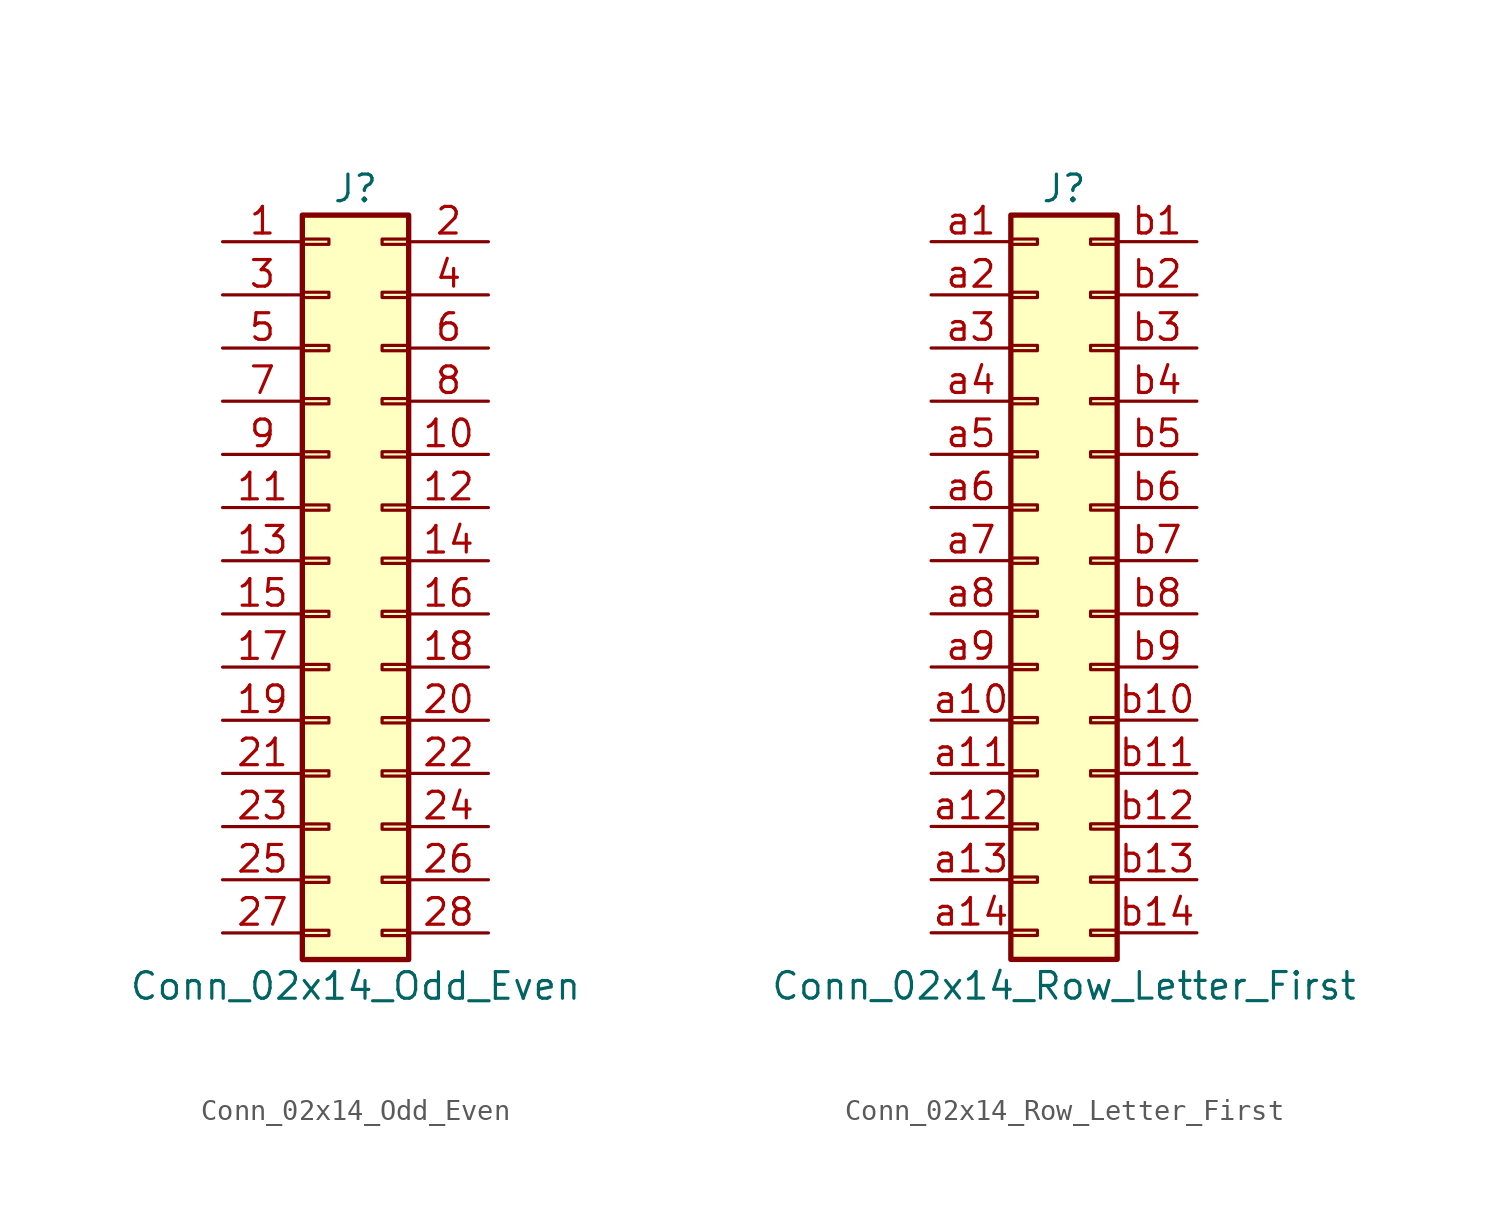
<source format=kicad_sym>
(kicad_symbol_lib
  (version 20201005)
  (generator kicad_symbol_editor)
  (symbol "Conn_02x14_Odd_Even"
    (pin_names
      (offset 1.016) hide)
    (property "Reference" "J"
      (at 1.27 17.78 0)
      (effects (font (size 1.27 1.27))))
    (property "Value" "Conn_02x14_Odd_Even"
      (at 1.27 -20.32 0)
      (effects (font (size 1.27 1.27))))
    (symbol "Conn_02x14_Odd_Even_1_1"
      (rectangle (start -1.27 -17.653) (end 0 -17.907) (stroke (width 0.152)) (fill (type none)))
      (rectangle (start -1.27 -15.113) (end 0 -15.367) (stroke (width 0.152)) (fill (type none)))
      (rectangle (start -1.27 -12.573) (end 0 -12.827) (stroke (width 0.152)) (fill (type none)))
      (rectangle (start -1.27 -10.033) (end 0 -10.287) (stroke (width 0.152)) (fill (type none)))
      (rectangle (start -1.27 -7.493) (end 0 -7.747) (stroke (width 0.152)) (fill (type none)))
      (rectangle (start -1.27 -4.953) (end 0 -5.207) (stroke (width 0.152)) (fill (type none)))
      (rectangle (start -1.27 -2.413) (end 0 -2.667) (stroke (width 0.152)) (fill (type none)))
      (rectangle (start -1.27 0.127) (end 0 -0.127) (stroke (width 0.152)) (fill (type none)))
      (rectangle (start -1.27 2.667) (end 0 2.413) (stroke (width 0.152)) (fill (type none)))
      (rectangle (start -1.27 5.207) (end 0 4.953) (stroke (width 0.152)) (fill (type none)))
      (rectangle (start -1.27 7.747) (end 0 7.493) (stroke (width 0.152)) (fill (type none)))
      (rectangle (start -1.27 10.287) (end 0 10.033) (stroke (width 0.152)) (fill (type none)))
      (rectangle (start -1.27 12.827) (end 0 12.573) (stroke (width 0.152)) (fill (type none)))
      (rectangle (start -1.27 15.367) (end 0 15.113) (stroke (width 0.152)) (fill (type none)))
      (rectangle (start -1.27 16.51) (end 3.81 -19.05) (stroke (width 0.254)) (fill (type background)))
      (rectangle (start 3.81 -17.653) (end 2.54 -17.907) (stroke (width 0.152)) (fill (type none)))
      (rectangle (start 3.81 -15.113) (end 2.54 -15.367) (stroke (width 0.152)) (fill (type none)))
      (rectangle (start 3.81 -12.573) (end 2.54 -12.827) (stroke (width 0.152)) (fill (type none)))
      (rectangle (start 3.81 -10.033) (end 2.54 -10.287) (stroke (width 0.152)) (fill (type none)))
      (rectangle (start 3.81 -7.493) (end 2.54 -7.747) (stroke (width 0.152)) (fill (type none)))
      (rectangle (start 3.81 -4.953) (end 2.54 -5.207) (stroke (width 0.152)) (fill (type none)))
      (rectangle (start 3.81 -2.413) (end 2.54 -2.667) (stroke (width 0.152)) (fill (type none)))
      (rectangle (start 3.81 0.127) (end 2.54 -0.127) (stroke (width 0.152)) (fill (type none)))
      (rectangle (start 3.81 2.667) (end 2.54 2.413) (stroke (width 0.152)) (fill (type none)))
      (rectangle (start 3.81 5.207) (end 2.54 4.953) (stroke (width 0.152)) (fill (type none)))
      (rectangle (start 3.81 7.747) (end 2.54 7.493) (stroke (width 0.152)) (fill (type none)))
      (rectangle (start 3.81 10.287) (end 2.54 10.033) (stroke (width 0.152)) (fill (type none)))
      (rectangle (start 3.81 12.827) (end 2.54 12.573) (stroke (width 0.152)) (fill (type none)))
      (rectangle (start 3.81 15.367) (end 2.54 15.113) (stroke (width 0.152)) (fill (type none)))
      (pin passive line (at -5.08 15.24 0) (length 3.81) (name "Pin_1" (effects (font (size 1.27 1.27)))) (number "1" (effects (font (size 1.27 1.27)))))
      (pin passive line (at 7.62 5.08 180) (length 3.81) (name "Pin_10" (effects (font (size 1.27 1.27)))) (number "10" (effects (font (size 1.27 1.27)))))
      (pin passive line (at -5.08 2.54 0) (length 3.81) (name "Pin_11" (effects (font (size 1.27 1.27)))) (number "11" (effects (font (size 1.27 1.27)))))
      (pin passive line (at 7.62 2.54 180) (length 3.81) (name "Pin_12" (effects (font (size 1.27 1.27)))) (number "12" (effects (font (size 1.27 1.27)))))
      (pin passive line (at -5.08 0 0) (length 3.81) (name "Pin_13" (effects (font (size 1.27 1.27)))) (number "13" (effects (font (size 1.27 1.27)))))
      (pin passive line (at 7.62 0 180) (length 3.81) (name "Pin_14" (effects (font (size 1.27 1.27)))) (number "14" (effects (font (size 1.27 1.27)))))
      (pin passive line (at -5.08 -2.54 0) (length 3.81) (name "Pin_15" (effects (font (size 1.27 1.27)))) (number "15" (effects (font (size 1.27 1.27)))))
      (pin passive line (at 7.62 -2.54 180) (length 3.81) (name "Pin_16" (effects (font (size 1.27 1.27)))) (number "16" (effects (font (size 1.27 1.27)))))
      (pin passive line (at -5.08 -5.08 0) (length 3.81) (name "Pin_17" (effects (font (size 1.27 1.27)))) (number "17" (effects (font (size 1.27 1.27)))))
      (pin passive line (at 7.62 -5.08 180) (length 3.81) (name "Pin_18" (effects (font (size 1.27 1.27)))) (number "18" (effects (font (size 1.27 1.27)))))
      (pin passive line (at -5.08 -7.62 0) (length 3.81) (name "Pin_19" (effects (font (size 1.27 1.27)))) (number "19" (effects (font (size 1.27 1.27)))))
      (pin passive line (at 7.62 15.24 180) (length 3.81) (name "Pin_2" (effects (font (size 1.27 1.27)))) (number "2" (effects (font (size 1.27 1.27)))))
      (pin passive line (at 7.62 -7.62 180) (length 3.81) (name "Pin_20" (effects (font (size 1.27 1.27)))) (number "20" (effects (font (size 1.27 1.27)))))
      (pin passive line (at -5.08 -10.16 0) (length 3.81) (name "Pin_21" (effects (font (size 1.27 1.27)))) (number "21" (effects (font (size 1.27 1.27)))))
      (pin passive line (at 7.62 -10.16 180) (length 3.81) (name "Pin_22" (effects (font (size 1.27 1.27)))) (number "22" (effects (font (size 1.27 1.27)))))
      (pin passive line (at -5.08 -12.7 0) (length 3.81) (name "Pin_23" (effects (font (size 1.27 1.27)))) (number "23" (effects (font (size 1.27 1.27)))))
      (pin passive line (at 7.62 -12.7 180) (length 3.81) (name "Pin_24" (effects (font (size 1.27 1.27)))) (number "24" (effects (font (size 1.27 1.27)))))
      (pin passive line (at -5.08 -15.24 0) (length 3.81) (name "Pin_25" (effects (font (size 1.27 1.27)))) (number "25" (effects (font (size 1.27 1.27)))))
      (pin passive line (at 7.62 -15.24 180) (length 3.81) (name "Pin_26" (effects (font (size 1.27 1.27)))) (number "26" (effects (font (size 1.27 1.27)))))
      (pin passive line (at -5.08 -17.78 0) (length 3.81) (name "Pin_27" (effects (font (size 1.27 1.27)))) (number "27" (effects (font (size 1.27 1.27)))))
      (pin passive line (at 7.62 -17.78 180) (length 3.81) (name "Pin_28" (effects (font (size 1.27 1.27)))) (number "28" (effects (font (size 1.27 1.27)))))
      (pin passive line (at -5.08 12.7 0) (length 3.81) (name "Pin_3" (effects (font (size 1.27 1.27)))) (number "3" (effects (font (size 1.27 1.27)))))
      (pin passive line (at 7.62 12.7 180) (length 3.81) (name "Pin_4" (effects (font (size 1.27 1.27)))) (number "4" (effects (font (size 1.27 1.27)))))
      (pin passive line (at -5.08 10.16 0) (length 3.81) (name "Pin_5" (effects (font (size 1.27 1.27)))) (number "5" (effects (font (size 1.27 1.27)))))
      (pin passive line (at 7.62 10.16 180) (length 3.81) (name "Pin_6" (effects (font (size 1.27 1.27)))) (number "6" (effects (font (size 1.27 1.27)))))
      (pin passive line (at -5.08 7.62 0) (length 3.81) (name "Pin_7" (effects (font (size 1.27 1.27)))) (number "7" (effects (font (size 1.27 1.27)))))
      (pin passive line (at 7.62 7.62 180) (length 3.81) (name "Pin_8" (effects (font (size 1.27 1.27)))) (number "8" (effects (font (size 1.27 1.27)))))
      (pin passive line (at -5.08 5.08 0) (length 3.81) (name "Pin_9" (effects (font (size 1.27 1.27)))) (number "9" (effects (font (size 1.27 1.27)))))))
  (symbol "Conn_02x14_Row_Letter_First"
    (pin_names
      (offset 1.016) hide)
    (property "Reference" "J"
      (at 1.27 17.78 0)
      (effects (font (size 1.27 1.27))))
    (property "Value" "Conn_02x14_Row_Letter_First"
      (at 1.27 -20.32 0)
      (effects (font (size 1.27 1.27))))
    (symbol "Conn_02x14_Row_Letter_First_1_1"
      (rectangle (start -1.27 -17.653) (end 0 -17.907) (stroke (width 0.152)) (fill (type none)))
      (rectangle (start -1.27 -15.113) (end 0 -15.367) (stroke (width 0.152)) (fill (type none)))
      (rectangle (start -1.27 -12.573) (end 0 -12.827) (stroke (width 0.152)) (fill (type none)))
      (rectangle (start -1.27 -10.033) (end 0 -10.287) (stroke (width 0.152)) (fill (type none)))
      (rectangle (start -1.27 -7.493) (end 0 -7.747) (stroke (width 0.152)) (fill (type none)))
      (rectangle (start -1.27 -4.953) (end 0 -5.207) (stroke (width 0.152)) (fill (type none)))
      (rectangle (start -1.27 -2.413) (end 0 -2.667) (stroke (width 0.152)) (fill (type none)))
      (rectangle (start -1.27 0.127) (end 0 -0.127) (stroke (width 0.152)) (fill (type none)))
      (rectangle (start -1.27 2.667) (end 0 2.413) (stroke (width 0.152)) (fill (type none)))
      (rectangle (start -1.27 5.207) (end 0 4.953) (stroke (width 0.152)) (fill (type none)))
      (rectangle (start -1.27 7.747) (end 0 7.493) (stroke (width 0.152)) (fill (type none)))
      (rectangle (start -1.27 10.287) (end 0 10.033) (stroke (width 0.152)) (fill (type none)))
      (rectangle (start -1.27 12.827) (end 0 12.573) (stroke (width 0.152)) (fill (type none)))
      (rectangle (start -1.27 15.367) (end 0 15.113) (stroke (width 0.152)) (fill (type none)))
      (rectangle (start -1.27 16.51) (end 3.81 -19.05) (stroke (width 0.254)) (fill (type background)))
      (rectangle (start 3.81 -17.653) (end 2.54 -17.907) (stroke (width 0.152)) (fill (type none)))
      (rectangle (start 3.81 -15.113) (end 2.54 -15.367) (stroke (width 0.152)) (fill (type none)))
      (rectangle (start 3.81 -12.573) (end 2.54 -12.827) (stroke (width 0.152)) (fill (type none)))
      (rectangle (start 3.81 -10.033) (end 2.54 -10.287) (stroke (width 0.152)) (fill (type none)))
      (rectangle (start 3.81 -7.493) (end 2.54 -7.747) (stroke (width 0.152)) (fill (type none)))
      (rectangle (start 3.81 -4.953) (end 2.54 -5.207) (stroke (width 0.152)) (fill (type none)))
      (rectangle (start 3.81 -2.413) (end 2.54 -2.667) (stroke (width 0.152)) (fill (type none)))
      (rectangle (start 3.81 0.127) (end 2.54 -0.127) (stroke (width 0.152)) (fill (type none)))
      (rectangle (start 3.81 2.667) (end 2.54 2.413) (stroke (width 0.152)) (fill (type none)))
      (rectangle (start 3.81 5.207) (end 2.54 4.953) (stroke (width 0.152)) (fill (type none)))
      (rectangle (start 3.81 7.747) (end 2.54 7.493) (stroke (width 0.152)) (fill (type none)))
      (rectangle (start 3.81 10.287) (end 2.54 10.033) (stroke (width 0.152)) (fill (type none)))
      (rectangle (start 3.81 12.827) (end 2.54 12.573) (stroke (width 0.152)) (fill (type none)))
      (rectangle (start 3.81 15.367) (end 2.54 15.113) (stroke (width 0.152)) (fill (type none)))
      (pin passive line (at -5.08 15.24 0) (length 3.81) (name "Pin_a1" (effects (font (size 1.27 1.27)))) (number "a1" (effects (font (size 1.27 1.27)))))
      (pin passive line (at -5.08 -7.62 0) (length 3.81) (name "Pin_a10" (effects (font (size 1.27 1.27)))) (number "a10" (effects (font (size 1.27 1.27)))))
      (pin passive line (at -5.08 -10.16 0) (length 3.81) (name "Pin_a11" (effects (font (size 1.27 1.27)))) (number "a11" (effects (font (size 1.27 1.27)))))
      (pin passive line (at -5.08 -12.7 0) (length 3.81) (name "Pin_a12" (effects (font (size 1.27 1.27)))) (number "a12" (effects (font (size 1.27 1.27)))))
      (pin passive line (at -5.08 -15.24 0) (length 3.81) (name "Pin_a13" (effects (font (size 1.27 1.27)))) (number "a13" (effects (font (size 1.27 1.27)))))
      (pin passive line (at -5.08 -17.78 0) (length 3.81) (name "Pin_a14" (effects (font (size 1.27 1.27)))) (number "a14" (effects (font (size 1.27 1.27)))))
      (pin passive line (at -5.08 12.7 0) (length 3.81) (name "Pin_a2" (effects (font (size 1.27 1.27)))) (number "a2" (effects (font (size 1.27 1.27)))))
      (pin passive line (at -5.08 10.16 0) (length 3.81) (name "Pin_a3" (effects (font (size 1.27 1.27)))) (number "a3" (effects (font (size 1.27 1.27)))))
      (pin passive line (at -5.08 7.62 0) (length 3.81) (name "Pin_a4" (effects (font (size 1.27 1.27)))) (number "a4" (effects (font (size 1.27 1.27)))))
      (pin passive line (at -5.08 5.08 0) (length 3.81) (name "Pin_a5" (effects (font (size 1.27 1.27)))) (number "a5" (effects (font (size 1.27 1.27)))))
      (pin passive line (at -5.08 2.54 0) (length 3.81) (name "Pin_a6" (effects (font (size 1.27 1.27)))) (number "a6" (effects (font (size 1.27 1.27)))))
      (pin passive line (at -5.08 0 0) (length 3.81) (name "Pin_a7" (effects (font (size 1.27 1.27)))) (number "a7" (effects (font (size 1.27 1.27)))))
      (pin passive line (at -5.08 -2.54 0) (length 3.81) (name "Pin_a8" (effects (font (size 1.27 1.27)))) (number "a8" (effects (font (size 1.27 1.27)))))
      (pin passive line (at -5.08 -5.08 0) (length 3.81) (name "Pin_a9" (effects (font (size 1.27 1.27)))) (number "a9" (effects (font (size 1.27 1.27)))))
      (pin passive line (at 7.62 15.24 180) (length 3.81) (name "Pin_b1" (effects (font (size 1.27 1.27)))) (number "b1" (effects (font (size 1.27 1.27)))))
      (pin passive line (at 7.62 -7.62 180) (length 3.81) (name "Pin_b10" (effects (font (size 1.27 1.27)))) (number "b10" (effects (font (size 1.27 1.27)))))
      (pin passive line (at 7.62 -10.16 180) (length 3.81) (name "Pin_b11" (effects (font (size 1.27 1.27)))) (number "b11" (effects (font (size 1.27 1.27)))))
      (pin passive line (at 7.62 -12.7 180) (length 3.81) (name "Pin_b12" (effects (font (size 1.27 1.27)))) (number "b12" (effects (font (size 1.27 1.27)))))
      (pin passive line (at 7.62 -15.24 180) (length 3.81) (name "Pin_b13" (effects (font (size 1.27 1.27)))) (number "b13" (effects (font (size 1.27 1.27)))))
      (pin passive line (at 7.62 -17.78 180) (length 3.81) (name "Pin_b14" (effects (font (size 1.27 1.27)))) (number "b14" (effects (font (size 1.27 1.27)))))
      (pin passive line (at 7.62 12.7 180) (length 3.81) (name "Pin_b2" (effects (font (size 1.27 1.27)))) (number "b2" (effects (font (size 1.27 1.27)))))
      (pin passive line (at 7.62 10.16 180) (length 3.81) (name "Pin_b3" (effects (font (size 1.27 1.27)))) (number "b3" (effects (font (size 1.27 1.27)))))
      (pin passive line (at 7.62 7.62 180) (length 3.81) (name "Pin_b4" (effects (font (size 1.27 1.27)))) (number "b4" (effects (font (size 1.27 1.27)))))
      (pin passive line (at 7.62 5.08 180) (length 3.81) (name "Pin_b5" (effects (font (size 1.27 1.27)))) (number "b5" (effects (font (size 1.27 1.27)))))
      (pin passive line (at 7.62 2.54 180) (length 3.81) (name "Pin_b6" (effects (font (size 1.27 1.27)))) (number "b6" (effects (font (size 1.27 1.27)))))
      (pin passive line (at 7.62 0 180) (length 3.81) (name "Pin_b7" (effects (font (size 1.27 1.27)))) (number "b7" (effects (font (size 1.27 1.27)))))
      (pin passive line (at 7.62 -2.54 180) (length 3.81) (name "Pin_b8" (effects (font (size 1.27 1.27)))) (number "b8" (effects (font (size 1.27 1.27)))))
      (pin passive line (at 7.62 -5.08 180) (length 3.81) (name "Pin_b9" (effects (font (size 1.27 1.27)))) (number "b9" (effects (font (size 1.27 1.27))))))))
</source>
